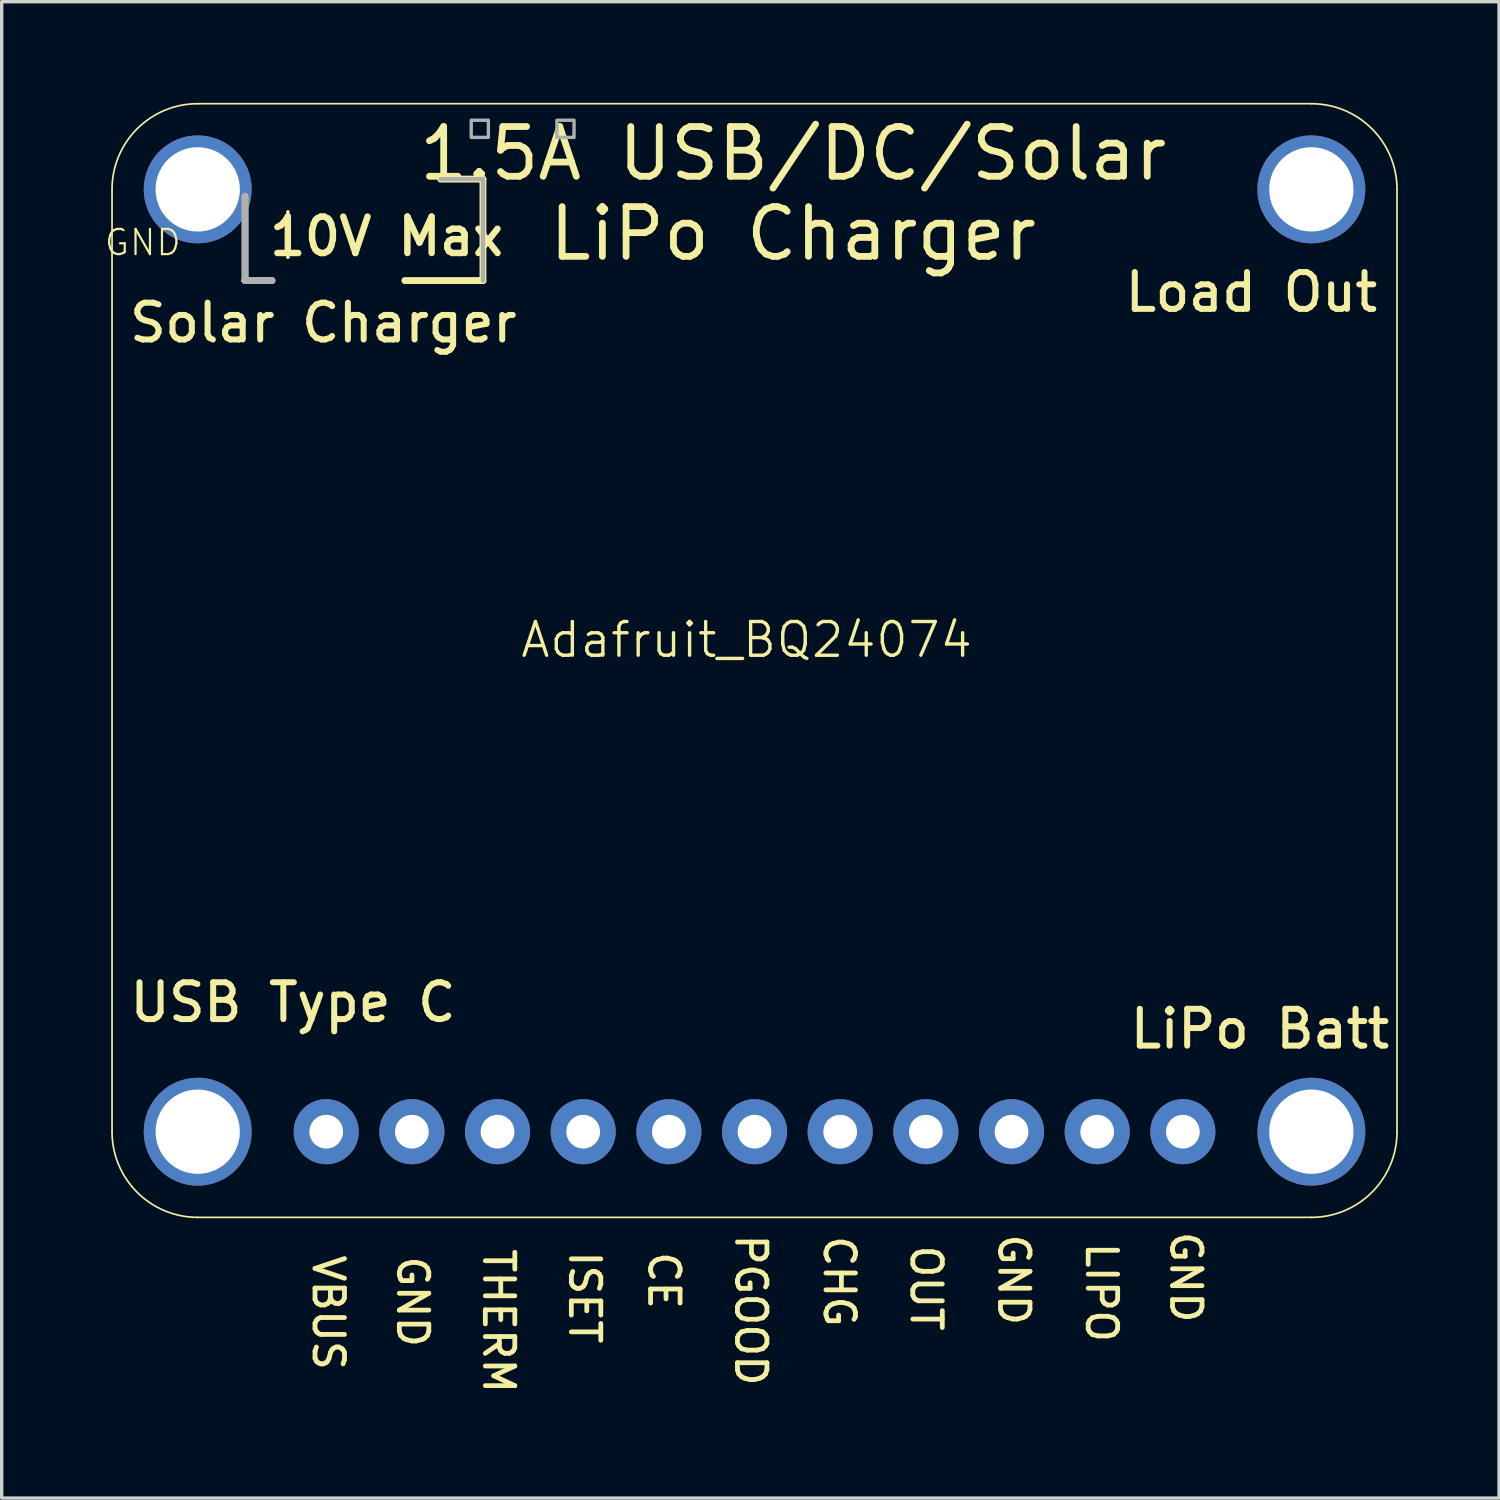
<source format=kicad_pcb>
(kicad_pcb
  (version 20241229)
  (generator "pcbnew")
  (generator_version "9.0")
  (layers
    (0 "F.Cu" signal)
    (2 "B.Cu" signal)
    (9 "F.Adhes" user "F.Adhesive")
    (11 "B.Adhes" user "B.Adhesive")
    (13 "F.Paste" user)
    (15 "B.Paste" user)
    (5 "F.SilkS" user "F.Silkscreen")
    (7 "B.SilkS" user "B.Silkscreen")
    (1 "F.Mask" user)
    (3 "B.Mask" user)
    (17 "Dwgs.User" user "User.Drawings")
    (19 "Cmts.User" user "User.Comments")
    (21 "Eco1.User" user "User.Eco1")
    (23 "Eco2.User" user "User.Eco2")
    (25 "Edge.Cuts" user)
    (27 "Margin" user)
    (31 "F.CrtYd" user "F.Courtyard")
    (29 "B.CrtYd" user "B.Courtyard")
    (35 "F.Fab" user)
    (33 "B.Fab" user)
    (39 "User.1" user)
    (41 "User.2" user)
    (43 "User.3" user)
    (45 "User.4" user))
  (footprint "Adafruit_BQ24074"
    (layer "F.Cu")
    (at 19.087 16.42)
    (property "Reference" "Adafruit_BQ24074" (at 0 -0.5 0) (unlocked yes) (layer "F.SilkS") (effects (font (size 1 1) (thickness 0.1))))
    (attr smd)
    (fp_poly (pts (xy -17.146 -13.711) (xy -17.146 -14.591) (xy -17.496 -14.591) (xy -17.496 -13.711)) (stroke (width 0) (type default)) (fill yes) (layer "F.Mask"))
    (fp_poly (pts (xy -16.131 -15.076) (xy -17.011 -15.076) (xy -17.011 -14.726) (xy -16.131 -14.726)) (stroke (width 0) (type default)) (fill yes) (layer "F.Mask"))
    (fp_line (start -18.815 -13.855) (end -18.815 14.085) (stroke (width 0.05) (type solid)) (layer "F.SilkS"))
    (fp_line (start -16.275 16.625) (end 16.745 16.625) (stroke (width 0.05) (type solid)) (layer "F.SilkS"))
    (fp_line (start -14.071 -11.151) (end -14.921 -11.151) (stroke (width 0.127) (type solid)) (layer "F.SilkS"))
    (fp_line (start -14.071 -11.151) (end -14.921 -11.151) (stroke (width 0.127) (type solid)) (layer "F.SilkS"))
    (fp_line (start -13.601 -13.191) (end -13.601 -11.841) (stroke (width 0.102) (type solid)) (layer "F.SilkS"))
    (fp_line (start -10.133 -11.151) (end -7.817 -11.151) (stroke (width 0.203) (type solid)) (layer "F.SilkS"))
    (fp_line (start -7.817 -14.159) (end -9.071 -14.159) (stroke (width 0.203) (type solid)) (layer "F.SilkS"))
    (fp_line (start -7.817 -11.151) (end -7.817 -14.159) (stroke (width 0.203) (type solid)) (layer "F.SilkS"))
    (fp_line (start 16.745 -16.395) (end -16.275 -16.395) (stroke (width 0.05) (type solid)) (layer "F.SilkS"))
    (fp_line (start 19.285 14.085) (end 19.285 -13.855) (stroke (width 0.05) (type solid)) (layer "F.SilkS"))
    (fp_arc (start -18.815 -13.855) (mid -18.071051 -15.651051) (end -16.275 -16.395) (stroke (width 0.05) (type solid)) (layer "F.SilkS"))
    (fp_arc (start -16.275 16.625) (mid -18.071052 15.881052) (end -18.815 14.085) (stroke (width 0.05) (type solid)) (layer "F.SilkS"))
    (fp_arc (start 16.745 -16.395) (mid 18.54105 -15.651051) (end 19.285 -13.855) (stroke (width 0.05) (type solid)) (layer "F.SilkS"))
    (fp_arc (start 19.285 14.085) (mid 18.541051 15.881051) (end 16.745 16.625) (stroke (width 0.05) (type solid)) (layer "F.SilkS"))
    (fp_line (start -14.871 -11.151) (end -14.871 -13.651) (stroke (width 0.203) (type solid)) (layer "F.Fab"))
    (fp_line (start -14.871 -11.151) (end -14.871 -13.651) (stroke (width 0.203) (type solid)) (layer "F.Fab"))
    (fp_line (start -14.071 -11.151) (end -14.871 -11.151) (stroke (width 0.203) (type solid)) (layer "F.Fab"))
    (fp_line (start -14.071 -11.151) (end -14.871 -11.151) (stroke (width 0.203) (type solid)) (layer "F.Fab"))
    (fp_line (start -7.817 -14.159) (end -9.071 -14.159) (stroke (width 0.127) (type solid)) (layer "F.Fab"))
    (fp_line (start -7.817 -11.151) (end -7.817 -14.159) (stroke (width 0.127) (type solid)) (layer "F.Fab"))
    (fp_poly (pts (xy -8.165 -15.397) (xy -7.657 -15.397) (xy -7.657 -15.905) (xy -8.165 -15.905)) (stroke (width 0.1) (type default)) (fill no) (layer "F.Fab"))
    (fp_poly (pts (xy -5.625 -15.397) (xy -5.117 -15.397) (xy -5.117 -15.905) (xy -5.625 -15.905)) (stroke (width 0.1) (type default)) (fill no) (layer "F.Fab"))
    (fp_text user "10V Max" (at -14.243 -12.458 0) (unlocked yes) (layer "F.SilkS") (effects (font (size 1.079 1.079) (thickness 0.191)) (justify left)))
    (fp_text user "GND" (at -9.9 19.125 270) (unlocked yes) (layer "F.SilkS") (effects (font (size 0.874 0.874) (thickness 0.142))))
    (fp_text user "GND" (at 7.925 18.475 270) (unlocked yes) (layer "F.SilkS") (effects (font (size 0.874 0.874) (thickness 0.142))))
    (fp_text user "Load Out" (at 14.967 -10.807 0) (unlocked yes) (layer "F.SilkS") (effects (font (size 1.092 1.092) (thickness 0.178))))
    (fp_text user "OUT" (at 5.325 18.725 270) (unlocked yes) (layer "F.SilkS") (effects (font (size 0.874 0.874) (thickness 0.142))))
    (fp_text user "GND" (at 13.025 18.4 270) (unlocked yes) (layer "F.SilkS") (effects (font (size 0.874 0.874) (thickness 0.142))))
    (fp_text user "Solar Charger" (at -12.55 -9.9 0) (unlocked yes) (layer "F.SilkS") (effects (font (size 1.092 1.092) (thickness 0.178))))
    (fp_text user "THERM" (at -7.35 19.7 270) (unlocked yes) (layer "F.SilkS") (effects (font (size 0.874 0.874) (thickness 0.142))))
    (fp_text user "USB Type C" (at -13.45 10.25 0) (unlocked yes) (layer "F.SilkS") (effects (font (size 1.092 1.092) (thickness 0.178))))
    (fp_text user "ISET" (at -4.8 19 270) (unlocked yes) (layer "F.SilkS") (effects (font (size 0.874 0.874) (thickness 0.142))))
    (fp_text user "LIPO" (at 10.525 18.85 270) (unlocked yes) (layer "F.SilkS") (effects (font (size 0.874 0.874) (thickness 0.142))))
    (fp_text user "1.5A USB/DC/Solar\nLiPo Charger" (at 1.378 -13.728 0) (unlocked yes) (layer "F.SilkS") (effects (font (size 1.475 1.475) (thickness 0.201))))
    (fp_text user "CE" (at -2.45 18.5 270) (unlocked yes) (layer "F.SilkS") (effects (font (size 0.874 0.874) (thickness 0.142))))
    (fp_text user "PGOOD" (at 0.125 19.375 270) (unlocked yes) (layer "F.SilkS") (effects (font (size 0.874 0.874) (thickness 0.142))))
    (fp_text user "GND" (at -19.087 -11.841 0) (unlocked yes) (layer "F.SilkS") (effects (font (size 0.748 0.748) (thickness 0.065)) (justify left bottom)))
    (fp_text user "CHG" (at 2.75 18.525 270) (unlocked yes) (layer "F.SilkS") (effects (font (size 0.874 0.874) (thickness 0.142))))
    (fp_text user "VBUS" (at -12.4 19.45 270) (unlocked yes) (layer "F.SilkS") (effects (font (size 0.874 0.874) (thickness 0.142))))
    (fp_text user "LiPo Batt" (at 15.221 11.037 0) (unlocked yes) (layer "F.SilkS") (effects (font (size 1.092 1.092) (thickness 0.178))))
    (pad "1" thru_hole circle (at -12.465 14.085 270) (size 1.93 1.93) (drill 1) (layers "*.Cu" "*.Mask"))
    (pad "2" thru_hole circle (at -9.925 14.085 270) (size 1.93 1.93) (drill 1) (layers "*.Cu" "*.Mask"))
    (pad "3" thru_hole circle (at -7.385 14.085 270) (size 1.93 1.93) (drill 1) (layers "*.Cu" "*.Mask"))
    (pad "4" thru_hole circle (at -4.845 14.085 270) (size 1.93 1.93) (drill 1) (layers "*.Cu" "*.Mask"))
    (pad "5" thru_hole circle (at -2.305 14.085 270) (size 1.93 1.93) (drill 1) (layers "*.Cu" "*.Mask"))
    (pad "6" thru_hole circle (at 0.235 14.085 270) (size 1.93 1.93) (drill 1) (layers "*.Cu" "*.Mask"))
    (pad "7" thru_hole circle (at 2.775 14.085 270) (size 1.93 1.93) (drill 1) (layers "*.Cu" "*.Mask"))
    (pad "8" thru_hole circle (at 5.315 14.085 270) (size 1.93 1.93) (drill 1) (layers "*.Cu" "*.Mask"))
    (pad "9" thru_hole circle (at 7.855 14.085 270) (size 1.93 1.93) (drill 1) (layers "*.Cu" "*.Mask"))
    (pad "10" thru_hole circle (at 10.395 14.085 270) (size 1.93 1.93) (drill 1) (layers "*.Cu" "*.Mask"))
    (pad "11" thru_hole circle (at 12.935 14.085 270) (size 1.93 1.93) (drill 1) (layers "*.Cu" "*.Mask"))
    (pad "P$1" thru_hole circle (at -16.275 -13.855) (size 3.2 3.2) (drill 2.5) (layers "*.Cu" "*.Mask"))
    (pad "P$1" thru_hole circle (at -16.275 14.085) (size 3.2 3.2) (drill 2.5) (layers "*.Cu" "*.Mask"))
    (pad "P$1" thru_hole circle (at 16.745 -13.855) (size 3.2 3.2) (drill 2.5) (layers "*.Cu" "*.Mask"))
    (pad "P$1" thru_hole circle (at 16.745 14.085) (size 3.2 3.2) (drill 2.5) (layers "*.Cu" "*.Mask")))
  (gr_rect
    (start -3 -3)
    (end 41.397 41.368)
    (stroke (width 0.1) (type default))
    (fill no)
    (layer "Edge.Cuts")))
</source>
